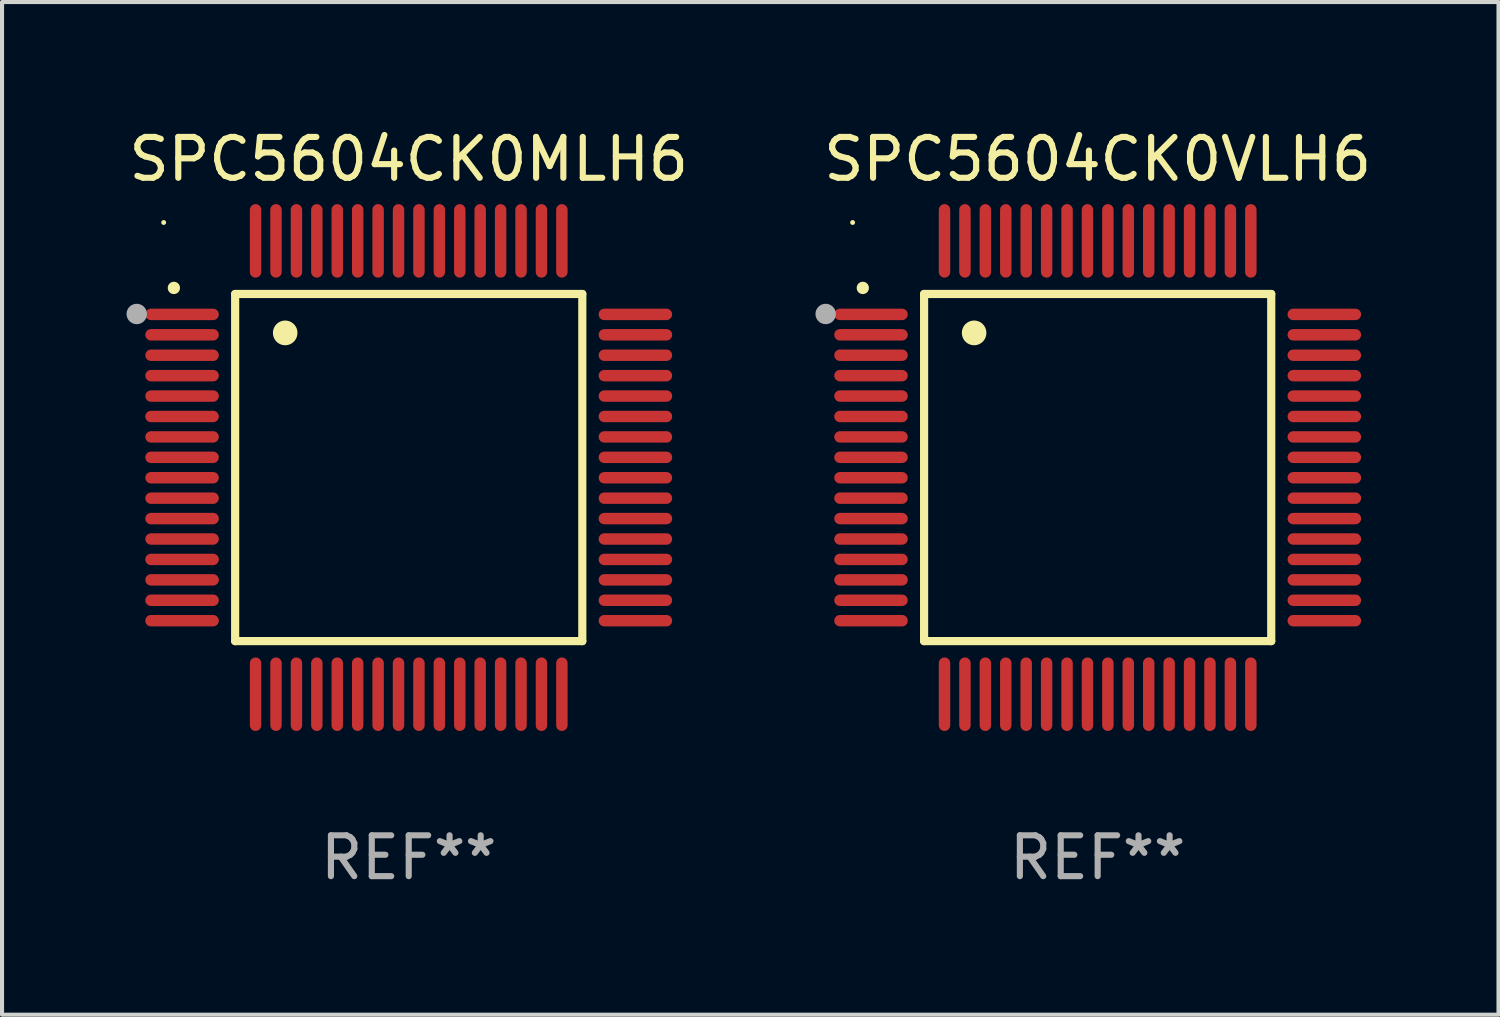
<source format=kicad_pcb>
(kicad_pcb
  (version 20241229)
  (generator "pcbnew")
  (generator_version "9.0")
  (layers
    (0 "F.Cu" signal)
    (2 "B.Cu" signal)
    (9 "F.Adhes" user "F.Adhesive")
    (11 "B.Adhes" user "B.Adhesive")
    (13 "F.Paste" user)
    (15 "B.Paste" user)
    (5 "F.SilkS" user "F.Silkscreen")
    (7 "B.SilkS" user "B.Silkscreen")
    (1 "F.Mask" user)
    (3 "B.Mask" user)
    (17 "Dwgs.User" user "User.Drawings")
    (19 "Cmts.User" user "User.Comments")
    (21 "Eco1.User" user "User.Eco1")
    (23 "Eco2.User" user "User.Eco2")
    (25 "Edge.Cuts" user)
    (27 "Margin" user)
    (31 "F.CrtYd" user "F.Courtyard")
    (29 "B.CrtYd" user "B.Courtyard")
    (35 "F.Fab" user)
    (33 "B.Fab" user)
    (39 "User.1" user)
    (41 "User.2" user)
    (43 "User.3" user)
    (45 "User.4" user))
  (footprint "SPC5604CK0MLH6"
    (layer "F.Cu")
    (at 6.958 8.398)
    (property "Reference" "SPC5604CK0MLH6" (at 0 -7.55 0) (layer "F.SilkS") (effects (font (size 1 1) (thickness 0.15))))
    (attr through_hole)
    (fp_line (start -4.25 -4.25) (end -4.25 4.25) (stroke (width 0.2) (type solid)) (layer "F.SilkS"))
    (fp_line (start -4.25 4.25) (end 4.25 4.25) (stroke (width 0.2) (type solid)) (layer "F.SilkS"))
    (fp_line (start 4.25 -4.25) (end -4.25 -4.25) (stroke (width 0.2) (type solid)) (layer "F.SilkS"))
    (fp_line (start 4.25 4.25) (end 4.25 -4.25) (stroke (width 0.2) (type solid)) (layer "F.SilkS"))
    (fp_arc (start -5.750572 -4.396749) (mid -5.750577 -4.398019) (end -5.750572 -4.399289) (stroke (width 0.3) (type solid)) (layer "F.SilkS"))
    (fp_arc (start -3.025146 -3.294387) (mid -3.025157 -3.296927) (end -3.025146 -3.299467) (stroke (width 0.6) (type solid)) (layer "F.SilkS"))
    (fp_circle (center -6 -6) (end -5.97 -6) (stroke (width 0.06) (type solid)) (fill no) (layer "F.SilkS"))
    (fp_circle (center -6.66 -3.76) (end -6.535 -3.76) (stroke (width 0.25) (type solid)) (fill no) (layer "F.Fab"))
    (fp_text user "REF**" (at 0 9.55 0) (layer "F.Fab") (effects (font (size 1 1) (thickness 0.15))))
    (pad "1" smd oval (at -5.55 -3.75) (size 1.8 0.28) (layers "F.Cu" "F.Mask" "F.Paste"))
    (pad "2" smd oval (at -5.55 -3.25) (size 1.8 0.28) (layers "F.Cu" "F.Mask" "F.Paste"))
    (pad "3" smd oval (at -5.55 -2.75) (size 1.8 0.28) (layers "F.Cu" "F.Mask" "F.Paste"))
    (pad "4" smd oval (at -5.55 -2.25) (size 1.8 0.28) (layers "F.Cu" "F.Mask" "F.Paste"))
    (pad "5" smd oval (at -5.55 -1.75) (size 1.8 0.28) (layers "F.Cu" "F.Mask" "F.Paste"))
    (pad "6" smd oval (at -5.55 -1.25) (size 1.8 0.28) (layers "F.Cu" "F.Mask" "F.Paste"))
    (pad "7" smd oval (at -5.55 -0.75) (size 1.8 0.28) (layers "F.Cu" "F.Mask" "F.Paste"))
    (pad "8" smd oval (at -5.55 -0.25) (size 1.8 0.28) (layers "F.Cu" "F.Mask" "F.Paste"))
    (pad "9" smd oval (at -5.55 0.25) (size 1.8 0.28) (layers "F.Cu" "F.Mask" "F.Paste"))
    (pad "10" smd oval (at -5.55 0.75) (size 1.8 0.28) (layers "F.Cu" "F.Mask" "F.Paste"))
    (pad "11" smd oval (at -5.55 1.25) (size 1.8 0.28) (layers "F.Cu" "F.Mask" "F.Paste"))
    (pad "12" smd oval (at -5.55 1.75) (size 1.8 0.28) (layers "F.Cu" "F.Mask" "F.Paste"))
    (pad "13" smd oval (at -5.55 2.25) (size 1.8 0.28) (layers "F.Cu" "F.Mask" "F.Paste"))
    (pad "14" smd oval (at -5.55 2.75) (size 1.8 0.28) (layers "F.Cu" "F.Mask" "F.Paste"))
    (pad "15" smd oval (at -5.55 3.25) (size 1.8 0.28) (layers "F.Cu" "F.Mask" "F.Paste"))
    (pad "16" smd oval (at -5.55 3.75) (size 1.8 0.28) (layers "F.Cu" "F.Mask" "F.Paste"))
    (pad "17" smd oval (at -3.75 5.55) (size 0.28 1.8) (layers "F.Cu" "F.Mask" "F.Paste"))
    (pad "18" smd oval (at -3.25 5.55) (size 0.28 1.8) (layers "F.Cu" "F.Mask" "F.Paste"))
    (pad "19" smd oval (at -2.75 5.55) (size 0.28 1.8) (layers "F.Cu" "F.Mask" "F.Paste"))
    (pad "20" smd oval (at -2.25 5.55) (size 0.28 1.8) (layers "F.Cu" "F.Mask" "F.Paste"))
    (pad "21" smd oval (at -1.75 5.55) (size 0.28 1.8) (layers "F.Cu" "F.Mask" "F.Paste"))
    (pad "22" smd oval (at -1.25 5.55) (size 0.28 1.8) (layers "F.Cu" "F.Mask" "F.Paste"))
    (pad "23" smd oval (at -0.75 5.55) (size 0.28 1.8) (layers "F.Cu" "F.Mask" "F.Paste"))
    (pad "24" smd oval (at -0.25 5.55) (size 0.28 1.8) (layers "F.Cu" "F.Mask" "F.Paste"))
    (pad "25" smd oval (at 0.25 5.55) (size 0.28 1.8) (layers "F.Cu" "F.Mask" "F.Paste"))
    (pad "26" smd oval (at 0.75 5.55) (size 0.28 1.8) (layers "F.Cu" "F.Mask" "F.Paste"))
    (pad "27" smd oval (at 1.25 5.55) (size 0.28 1.8) (layers "F.Cu" "F.Mask" "F.Paste"))
    (pad "28" smd oval (at 1.75 5.55) (size 0.28 1.8) (layers "F.Cu" "F.Mask" "F.Paste"))
    (pad "29" smd oval (at 2.25 5.55) (size 0.28 1.8) (layers "F.Cu" "F.Mask" "F.Paste"))
    (pad "30" smd oval (at 2.75 5.55) (size 0.28 1.8) (layers "F.Cu" "F.Mask" "F.Paste"))
    (pad "31" smd oval (at 3.25 5.55) (size 0.28 1.8) (layers "F.Cu" "F.Mask" "F.Paste"))
    (pad "32" smd oval (at 3.75 5.55) (size 0.28 1.8) (layers "F.Cu" "F.Mask" "F.Paste"))
    (pad "33" smd oval (at 5.55 3.75) (size 1.8 0.28) (layers "F.Cu" "F.Mask" "F.Paste"))
    (pad "34" smd oval (at 5.55 3.25) (size 1.8 0.28) (layers "F.Cu" "F.Mask" "F.Paste"))
    (pad "35" smd oval (at 5.55 2.75) (size 1.8 0.28) (layers "F.Cu" "F.Mask" "F.Paste"))
    (pad "36" smd oval (at 5.55 2.25) (size 1.8 0.28) (layers "F.Cu" "F.Mask" "F.Paste"))
    (pad "37" smd oval (at 5.55 1.75) (size 1.8 0.28) (layers "F.Cu" "F.Mask" "F.Paste"))
    (pad "38" smd oval (at 5.55 1.25) (size 1.8 0.28) (layers "F.Cu" "F.Mask" "F.Paste"))
    (pad "39" smd oval (at 5.55 0.75) (size 1.8 0.28) (layers "F.Cu" "F.Mask" "F.Paste"))
    (pad "40" smd oval (at 5.55 0.25) (size 1.8 0.28) (layers "F.Cu" "F.Mask" "F.Paste"))
    (pad "41" smd oval (at 5.55 -0.25) (size 1.8 0.28) (layers "F.Cu" "F.Mask" "F.Paste"))
    (pad "42" smd oval (at 5.55 -0.75) (size 1.8 0.28) (layers "F.Cu" "F.Mask" "F.Paste"))
    (pad "43" smd oval (at 5.55 -1.25) (size 1.8 0.28) (layers "F.Cu" "F.Mask" "F.Paste"))
    (pad "44" smd oval (at 5.55 -1.75) (size 1.8 0.28) (layers "F.Cu" "F.Mask" "F.Paste"))
    (pad "45" smd oval (at 5.55 -2.25) (size 1.8 0.28) (layers "F.Cu" "F.Mask" "F.Paste"))
    (pad "46" smd oval (at 5.55 -2.75) (size 1.8 0.28) (layers "F.Cu" "F.Mask" "F.Paste"))
    (pad "47" smd oval (at 5.55 -3.25) (size 1.8 0.28) (layers "F.Cu" "F.Mask" "F.Paste"))
    (pad "48" smd oval (at 5.55 -3.75) (size 1.8 0.28) (layers "F.Cu" "F.Mask" "F.Paste"))
    (pad "49" smd oval (at 3.75 -5.55) (size 0.28 1.8) (layers "F.Cu" "F.Mask" "F.Paste"))
    (pad "50" smd oval (at 3.25 -5.55) (size 0.28 1.8) (layers "F.Cu" "F.Mask" "F.Paste"))
    (pad "51" smd oval (at 2.75 -5.55) (size 0.28 1.8) (layers "F.Cu" "F.Mask" "F.Paste"))
    (pad "52" smd oval (at 2.25 -5.55) (size 0.28 1.8) (layers "F.Cu" "F.Mask" "F.Paste"))
    (pad "53" smd oval (at 1.75 -5.55) (size 0.28 1.8) (layers "F.Cu" "F.Mask" "F.Paste"))
    (pad "54" smd oval (at 1.25 -5.55) (size 0.28 1.8) (layers "F.Cu" "F.Mask" "F.Paste"))
    (pad "55" smd oval (at 0.75 -5.55) (size 0.28 1.8) (layers "F.Cu" "F.Mask" "F.Paste"))
    (pad "56" smd oval (at 0.25 -5.55) (size 0.28 1.8) (layers "F.Cu" "F.Mask" "F.Paste"))
    (pad "57" smd oval (at -0.25 -5.55) (size 0.28 1.8) (layers "F.Cu" "F.Mask" "F.Paste"))
    (pad "58" smd oval (at -0.75 -5.55) (size 0.28 1.8) (layers "F.Cu" "F.Mask" "F.Paste"))
    (pad "59" smd oval (at -1.25 -5.55) (size 0.28 1.8) (layers "F.Cu" "F.Mask" "F.Paste"))
    (pad "60" smd oval (at -1.75 -5.55) (size 0.28 1.8) (layers "F.Cu" "F.Mask" "F.Paste"))
    (pad "61" smd oval (at -2.25 -5.55) (size 0.28 1.8) (layers "F.Cu" "F.Mask" "F.Paste"))
    (pad "62" smd oval (at -2.75 -5.55) (size 0.28 1.8) (layers "F.Cu" "F.Mask" "F.Paste"))
    (pad "63" smd oval (at -3.25 -5.55) (size 0.28 1.8) (layers "F.Cu" "F.Mask" "F.Paste"))
    (pad "64" smd oval (at -3.75 -5.55) (size 0.28 1.8) (layers "F.Cu" "F.Mask" "F.Paste")))
  (footprint "SPC5604CK0VLH6"
    (layer "F.Cu")
    (at 23.827 8.398)
    (property "Reference" "SPC5604CK0VLH6" (at 0 -7.55 0) (layer "F.SilkS") (effects (font (size 1 1) (thickness 0.15))))
    (attr through_hole)
    (fp_line (start -4.25 -4.25) (end -4.25 4.25) (stroke (width 0.2) (type solid)) (layer "F.SilkS"))
    (fp_line (start -4.25 4.25) (end 4.25 4.25) (stroke (width 0.2) (type solid)) (layer "F.SilkS"))
    (fp_line (start 4.25 -4.25) (end -4.25 -4.25) (stroke (width 0.2) (type solid)) (layer "F.SilkS"))
    (fp_line (start 4.25 4.25) (end 4.25 -4.25) (stroke (width 0.2) (type solid)) (layer "F.SilkS"))
    (fp_arc (start -5.750572 -4.396749) (mid -5.750577 -4.398019) (end -5.750572 -4.399289) (stroke (width 0.3) (type solid)) (layer "F.SilkS"))
    (fp_arc (start -3.025146 -3.294387) (mid -3.025157 -3.296927) (end -3.025146 -3.299467) (stroke (width 0.6) (type solid)) (layer "F.SilkS"))
    (fp_circle (center -6 -6) (end -5.97 -6) (stroke (width 0.06) (type solid)) (fill no) (layer "F.SilkS"))
    (fp_circle (center -6.66 -3.76) (end -6.535 -3.76) (stroke (width 0.25) (type solid)) (fill no) (layer "F.Fab"))
    (fp_text user "REF**" (at 0 9.55 0) (layer "F.Fab") (effects (font (size 1 1) (thickness 0.15))))
    (pad "1" smd oval (at -5.55 -3.75) (size 1.8 0.28) (layers "F.Cu" "F.Mask" "F.Paste"))
    (pad "2" smd oval (at -5.55 -3.25) (size 1.8 0.28) (layers "F.Cu" "F.Mask" "F.Paste"))
    (pad "3" smd oval (at -5.55 -2.75) (size 1.8 0.28) (layers "F.Cu" "F.Mask" "F.Paste"))
    (pad "4" smd oval (at -5.55 -2.25) (size 1.8 0.28) (layers "F.Cu" "F.Mask" "F.Paste"))
    (pad "5" smd oval (at -5.55 -1.75) (size 1.8 0.28) (layers "F.Cu" "F.Mask" "F.Paste"))
    (pad "6" smd oval (at -5.55 -1.25) (size 1.8 0.28) (layers "F.Cu" "F.Mask" "F.Paste"))
    (pad "7" smd oval (at -5.55 -0.75) (size 1.8 0.28) (layers "F.Cu" "F.Mask" "F.Paste"))
    (pad "8" smd oval (at -5.55 -0.25) (size 1.8 0.28) (layers "F.Cu" "F.Mask" "F.Paste"))
    (pad "9" smd oval (at -5.55 0.25) (size 1.8 0.28) (layers "F.Cu" "F.Mask" "F.Paste"))
    (pad "10" smd oval (at -5.55 0.75) (size 1.8 0.28) (layers "F.Cu" "F.Mask" "F.Paste"))
    (pad "11" smd oval (at -5.55 1.25) (size 1.8 0.28) (layers "F.Cu" "F.Mask" "F.Paste"))
    (pad "12" smd oval (at -5.55 1.75) (size 1.8 0.28) (layers "F.Cu" "F.Mask" "F.Paste"))
    (pad "13" smd oval (at -5.55 2.25) (size 1.8 0.28) (layers "F.Cu" "F.Mask" "F.Paste"))
    (pad "14" smd oval (at -5.55 2.75) (size 1.8 0.28) (layers "F.Cu" "F.Mask" "F.Paste"))
    (pad "15" smd oval (at -5.55 3.25) (size 1.8 0.28) (layers "F.Cu" "F.Mask" "F.Paste"))
    (pad "16" smd oval (at -5.55 3.75) (size 1.8 0.28) (layers "F.Cu" "F.Mask" "F.Paste"))
    (pad "17" smd oval (at -3.75 5.55) (size 0.28 1.8) (layers "F.Cu" "F.Mask" "F.Paste"))
    (pad "18" smd oval (at -3.25 5.55) (size 0.28 1.8) (layers "F.Cu" "F.Mask" "F.Paste"))
    (pad "19" smd oval (at -2.75 5.55) (size 0.28 1.8) (layers "F.Cu" "F.Mask" "F.Paste"))
    (pad "20" smd oval (at -2.25 5.55) (size 0.28 1.8) (layers "F.Cu" "F.Mask" "F.Paste"))
    (pad "21" smd oval (at -1.75 5.55) (size 0.28 1.8) (layers "F.Cu" "F.Mask" "F.Paste"))
    (pad "22" smd oval (at -1.25 5.55) (size 0.28 1.8) (layers "F.Cu" "F.Mask" "F.Paste"))
    (pad "23" smd oval (at -0.75 5.55) (size 0.28 1.8) (layers "F.Cu" "F.Mask" "F.Paste"))
    (pad "24" smd oval (at -0.25 5.55) (size 0.28 1.8) (layers "F.Cu" "F.Mask" "F.Paste"))
    (pad "25" smd oval (at 0.25 5.55) (size 0.28 1.8) (layers "F.Cu" "F.Mask" "F.Paste"))
    (pad "26" smd oval (at 0.75 5.55) (size 0.28 1.8) (layers "F.Cu" "F.Mask" "F.Paste"))
    (pad "27" smd oval (at 1.25 5.55) (size 0.28 1.8) (layers "F.Cu" "F.Mask" "F.Paste"))
    (pad "28" smd oval (at 1.75 5.55) (size 0.28 1.8) (layers "F.Cu" "F.Mask" "F.Paste"))
    (pad "29" smd oval (at 2.25 5.55) (size 0.28 1.8) (layers "F.Cu" "F.Mask" "F.Paste"))
    (pad "30" smd oval (at 2.75 5.55) (size 0.28 1.8) (layers "F.Cu" "F.Mask" "F.Paste"))
    (pad "31" smd oval (at 3.25 5.55) (size 0.28 1.8) (layers "F.Cu" "F.Mask" "F.Paste"))
    (pad "32" smd oval (at 3.75 5.55) (size 0.28 1.8) (layers "F.Cu" "F.Mask" "F.Paste"))
    (pad "33" smd oval (at 5.55 3.75) (size 1.8 0.28) (layers "F.Cu" "F.Mask" "F.Paste"))
    (pad "34" smd oval (at 5.55 3.25) (size 1.8 0.28) (layers "F.Cu" "F.Mask" "F.Paste"))
    (pad "35" smd oval (at 5.55 2.75) (size 1.8 0.28) (layers "F.Cu" "F.Mask" "F.Paste"))
    (pad "36" smd oval (at 5.55 2.25) (size 1.8 0.28) (layers "F.Cu" "F.Mask" "F.Paste"))
    (pad "37" smd oval (at 5.55 1.75) (size 1.8 0.28) (layers "F.Cu" "F.Mask" "F.Paste"))
    (pad "38" smd oval (at 5.55 1.25) (size 1.8 0.28) (layers "F.Cu" "F.Mask" "F.Paste"))
    (pad "39" smd oval (at 5.55 0.75) (size 1.8 0.28) (layers "F.Cu" "F.Mask" "F.Paste"))
    (pad "40" smd oval (at 5.55 0.25) (size 1.8 0.28) (layers "F.Cu" "F.Mask" "F.Paste"))
    (pad "41" smd oval (at 5.55 -0.25) (size 1.8 0.28) (layers "F.Cu" "F.Mask" "F.Paste"))
    (pad "42" smd oval (at 5.55 -0.75) (size 1.8 0.28) (layers "F.Cu" "F.Mask" "F.Paste"))
    (pad "43" smd oval (at 5.55 -1.25) (size 1.8 0.28) (layers "F.Cu" "F.Mask" "F.Paste"))
    (pad "44" smd oval (at 5.55 -1.75) (size 1.8 0.28) (layers "F.Cu" "F.Mask" "F.Paste"))
    (pad "45" smd oval (at 5.55 -2.25) (size 1.8 0.28) (layers "F.Cu" "F.Mask" "F.Paste"))
    (pad "46" smd oval (at 5.55 -2.75) (size 1.8 0.28) (layers "F.Cu" "F.Mask" "F.Paste"))
    (pad "47" smd oval (at 5.55 -3.25) (size 1.8 0.28) (layers "F.Cu" "F.Mask" "F.Paste"))
    (pad "48" smd oval (at 5.55 -3.75) (size 1.8 0.28) (layers "F.Cu" "F.Mask" "F.Paste"))
    (pad "49" smd oval (at 3.75 -5.55) (size 0.28 1.8) (layers "F.Cu" "F.Mask" "F.Paste"))
    (pad "50" smd oval (at 3.25 -5.55) (size 0.28 1.8) (layers "F.Cu" "F.Mask" "F.Paste"))
    (pad "51" smd oval (at 2.75 -5.55) (size 0.28 1.8) (layers "F.Cu" "F.Mask" "F.Paste"))
    (pad "52" smd oval (at 2.25 -5.55) (size 0.28 1.8) (layers "F.Cu" "F.Mask" "F.Paste"))
    (pad "53" smd oval (at 1.75 -5.55) (size 0.28 1.8) (layers "F.Cu" "F.Mask" "F.Paste"))
    (pad "54" smd oval (at 1.25 -5.55) (size 0.28 1.8) (layers "F.Cu" "F.Mask" "F.Paste"))
    (pad "55" smd oval (at 0.75 -5.55) (size 0.28 1.8) (layers "F.Cu" "F.Mask" "F.Paste"))
    (pad "56" smd oval (at 0.25 -5.55) (size 0.28 1.8) (layers "F.Cu" "F.Mask" "F.Paste"))
    (pad "57" smd oval (at -0.25 -5.55) (size 0.28 1.8) (layers "F.Cu" "F.Mask" "F.Paste"))
    (pad "58" smd oval (at -0.75 -5.55) (size 0.28 1.8) (layers "F.Cu" "F.Mask" "F.Paste"))
    (pad "59" smd oval (at -1.25 -5.55) (size 0.28 1.8) (layers "F.Cu" "F.Mask" "F.Paste"))
    (pad "60" smd oval (at -1.75 -5.55) (size 0.28 1.8) (layers "F.Cu" "F.Mask" "F.Paste"))
    (pad "61" smd oval (at -2.25 -5.55) (size 0.28 1.8) (layers "F.Cu" "F.Mask" "F.Paste"))
    (pad "62" smd oval (at -2.75 -5.55) (size 0.28 1.8) (layers "F.Cu" "F.Mask" "F.Paste"))
    (pad "63" smd oval (at -3.25 -5.55) (size 0.28 1.8) (layers "F.Cu" "F.Mask" "F.Paste"))
    (pad "64" smd oval (at -3.75 -5.55) (size 0.28 1.8) (layers "F.Cu" "F.Mask" "F.Paste")))
  (gr_rect
    (start -3 -3)
    (end 33.642 21.796)
    (stroke (width 0.1) (type default))
    (fill no)
    (layer "Edge.Cuts")))
</source>
